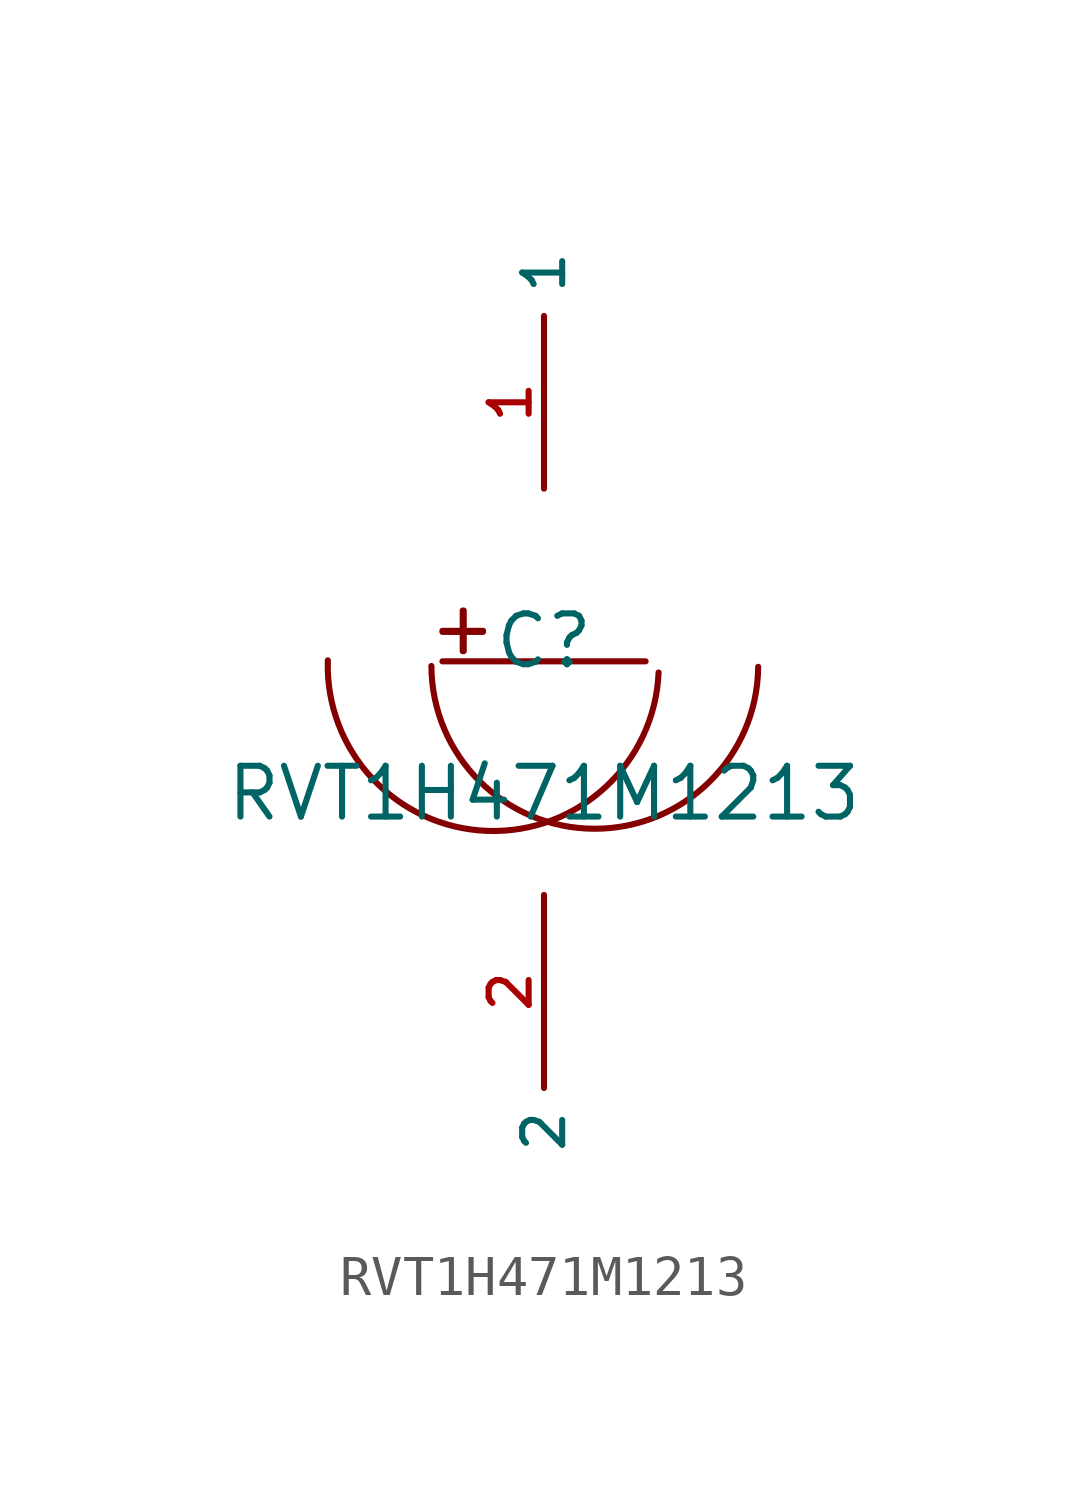
<source format=kicad_sym>
(kicad_symbol_lib
  (version 20210201)
  (generator TousstNicolas/JLC2KiCad_lib)
  (symbol "RVT1H471M1213"
    (property "Reference" "C"
      (at 0 1.27 0)
      (effects (font (size 1.27 1.27))))
    (property "Value" "RVT1H471M1213"
      (at 0 -2.54 0)
      (effects (font (size 1.27 1.27))))
    (symbol "RVT1H471M1213_0_1"
      (pin unspecified line (at 0.0 5.08 90) (length 4.318) (name "1" (effects (font (size 1 1)))) (number "1" (effects (font (size 1 1)))))
      (pin unspecified line (at 0.0 -5.08 270) (length 4.826) (name "2" (effects (font (size 1 1)))) (number "2" (effects (font (size 1 1)))))
      (polyline (pts (xy -2.54 0.762) (xy 2.54 0.762)) (stroke (width 0) (type default) (color 0 0 0 0)) (fill (type none)))
      (arc (start 5.355231055666676 0.6242851825914515) (mid 1.2592864525939915 -3.4502272456590553) (end -2.815225975656515 0.6457173574136286) (stroke (width 0) (type default) (color 0 0 0 0)) (fill (type none)))
      (arc (start 2.8653113913897332 0.4831759445140642) (mid -1.421827865493556 -3.500312661392273) (end -5.405316471399893 0.7868265954910149) (stroke (width 0) (type default) (color 0 0 0 0)) (fill (type none)))
      (rectangle (start -2.54 1.524) (end -1.524 1.499) (stroke (width 0) (type default) (color 0 0 0 0)) (fill (type background)))
      (rectangle (start -2.032 2.032) (end -2.007 1.016) (stroke (width 0) (type default) (color 0 0 0 0)) (fill (type background))))))
</source>
